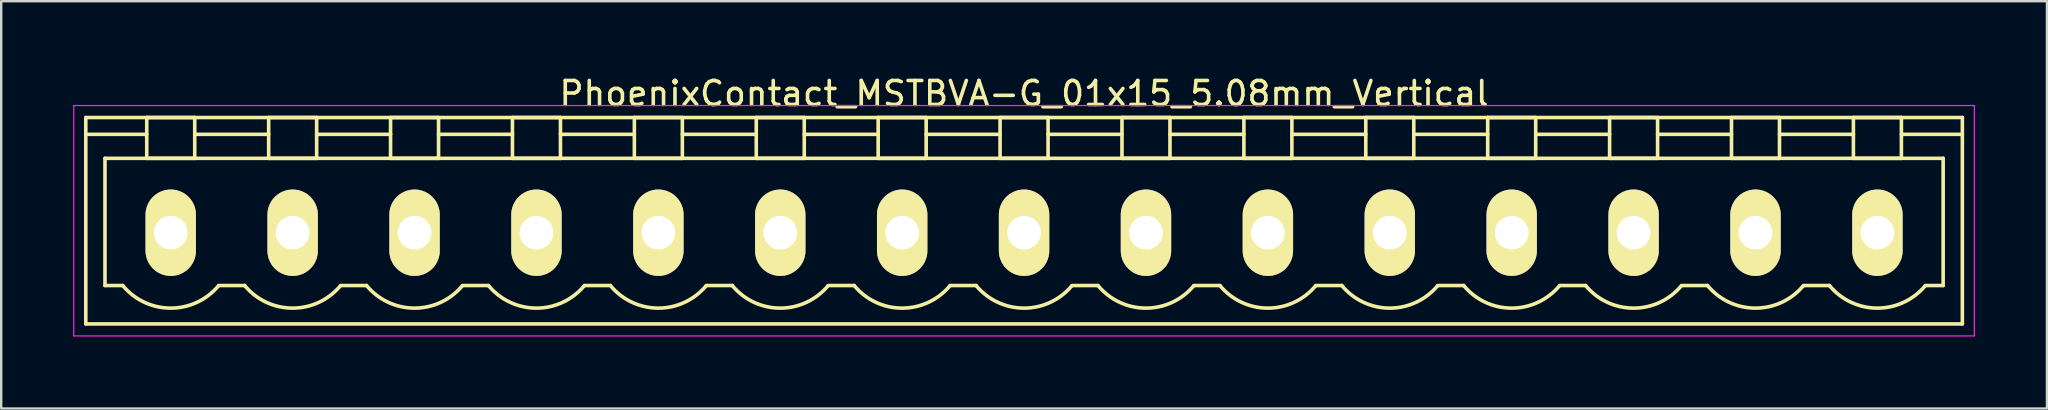
<source format=kicad_pcb>
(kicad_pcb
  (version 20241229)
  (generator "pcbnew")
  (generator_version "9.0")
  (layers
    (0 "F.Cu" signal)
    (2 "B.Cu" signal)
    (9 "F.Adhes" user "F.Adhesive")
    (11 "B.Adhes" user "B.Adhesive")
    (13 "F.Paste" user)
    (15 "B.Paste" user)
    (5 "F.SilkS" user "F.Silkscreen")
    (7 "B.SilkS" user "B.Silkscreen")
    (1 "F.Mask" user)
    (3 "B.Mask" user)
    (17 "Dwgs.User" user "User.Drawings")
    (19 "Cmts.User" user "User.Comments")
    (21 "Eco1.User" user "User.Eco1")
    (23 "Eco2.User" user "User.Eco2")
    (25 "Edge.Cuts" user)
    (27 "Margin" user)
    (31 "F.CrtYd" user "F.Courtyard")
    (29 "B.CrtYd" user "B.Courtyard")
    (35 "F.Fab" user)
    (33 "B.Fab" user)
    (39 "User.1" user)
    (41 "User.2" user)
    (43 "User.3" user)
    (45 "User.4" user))
  (footprint "PhoenixContact_MSTBVA-G_01x15_5.08mm_Vertical"
    (layer "F.Cu")
    (at 4.065 6.648)
    (property "Reference" "PhoenixContact_MSTBVA-G_01x15_5.08mm_Vertical" (at 35.56 -5.8 0) (layer "F.SilkS") (effects (font (size 1 1) (thickness 0.15))))
    (attr through_hole)
    (fp_line (start -3.54 -4.8) (end -3.54 3.8) (stroke (width 0.15) (type solid)) (layer "F.SilkS"))
    (fp_line (start -3.54 -4.1) (end -1 -4.1) (stroke (width 0.15) (type solid)) (layer "F.SilkS"))
    (fp_line (start -3.54 3.8) (end 74.66 3.8) (stroke (width 0.15) (type solid)) (layer "F.SilkS"))
    (fp_line (start -2.74 -3.1) (end 73.86 -3.1) (stroke (width 0.15) (type solid)) (layer "F.SilkS"))
    (fp_line (start -2.74 2.2) (end -2.74 -3.1) (stroke (width 0.15) (type solid)) (layer "F.SilkS"))
    (fp_line (start -2 2.2) (end -2.74 2.2) (stroke (width 0.15) (type solid)) (layer "F.SilkS"))
    (fp_line (start -1 -4.8) (end 1 -4.8) (stroke (width 0.15) (type solid)) (layer "F.SilkS"))
    (fp_line (start -1 -3.1) (end -1 -4.8) (stroke (width 0.15) (type solid)) (layer "F.SilkS"))
    (fp_line (start 1 -4.8) (end 1 -3.1) (stroke (width 0.15) (type solid)) (layer "F.SilkS"))
    (fp_line (start 1 -4.1) (end 4.08 -4.1) (stroke (width 0.15) (type solid)) (layer "F.SilkS"))
    (fp_line (start 1 -3.1) (end -1 -3.1) (stroke (width 0.15) (type solid)) (layer "F.SilkS"))
    (fp_line (start 2 2.2) (end 3.08 2.2) (stroke (width 0.15) (type solid)) (layer "F.SilkS"))
    (fp_line (start 4.08 -4.8) (end 6.08 -4.8) (stroke (width 0.15) (type solid)) (layer "F.SilkS"))
    (fp_line (start 4.08 -3.1) (end 4.08 -4.8) (stroke (width 0.15) (type solid)) (layer "F.SilkS"))
    (fp_line (start 6.08 -4.8) (end 6.08 -3.1) (stroke (width 0.15) (type solid)) (layer "F.SilkS"))
    (fp_line (start 6.08 -4.1) (end 9.16 -4.1) (stroke (width 0.15) (type solid)) (layer "F.SilkS"))
    (fp_line (start 6.08 -3.1) (end 4.08 -3.1) (stroke (width 0.15) (type solid)) (layer "F.SilkS"))
    (fp_line (start 7.08 2.2) (end 8.16 2.2) (stroke (width 0.15) (type solid)) (layer "F.SilkS"))
    (fp_line (start 9.16 -4.8) (end 11.16 -4.8) (stroke (width 0.15) (type solid)) (layer "F.SilkS"))
    (fp_line (start 9.16 -3.1) (end 9.16 -4.8) (stroke (width 0.15) (type solid)) (layer "F.SilkS"))
    (fp_line (start 11.16 -4.8) (end 11.16 -3.1) (stroke (width 0.15) (type solid)) (layer "F.SilkS"))
    (fp_line (start 11.16 -4.1) (end 14.24 -4.1) (stroke (width 0.15) (type solid)) (layer "F.SilkS"))
    (fp_line (start 11.16 -3.1) (end 9.16 -3.1) (stroke (width 0.15) (type solid)) (layer "F.SilkS"))
    (fp_line (start 12.16 2.2) (end 13.24 2.2) (stroke (width 0.15) (type solid)) (layer "F.SilkS"))
    (fp_line (start 14.24 -4.8) (end 16.24 -4.8) (stroke (width 0.15) (type solid)) (layer "F.SilkS"))
    (fp_line (start 14.24 -3.1) (end 14.24 -4.8) (stroke (width 0.15) (type solid)) (layer "F.SilkS"))
    (fp_line (start 16.24 -4.8) (end 16.24 -3.1) (stroke (width 0.15) (type solid)) (layer "F.SilkS"))
    (fp_line (start 16.24 -4.1) (end 19.32 -4.1) (stroke (width 0.15) (type solid)) (layer "F.SilkS"))
    (fp_line (start 16.24 -3.1) (end 14.24 -3.1) (stroke (width 0.15) (type solid)) (layer "F.SilkS"))
    (fp_line (start 17.24 2.2) (end 18.32 2.2) (stroke (width 0.15) (type solid)) (layer "F.SilkS"))
    (fp_line (start 19.32 -4.8) (end 21.32 -4.8) (stroke (width 0.15) (type solid)) (layer "F.SilkS"))
    (fp_line (start 19.32 -3.1) (end 19.32 -4.8) (stroke (width 0.15) (type solid)) (layer "F.SilkS"))
    (fp_line (start 21.32 -4.8) (end 21.32 -3.1) (stroke (width 0.15) (type solid)) (layer "F.SilkS"))
    (fp_line (start 21.32 -4.1) (end 24.4 -4.1) (stroke (width 0.15) (type solid)) (layer "F.SilkS"))
    (fp_line (start 21.32 -3.1) (end 19.32 -3.1) (stroke (width 0.15) (type solid)) (layer "F.SilkS"))
    (fp_line (start 22.32 2.2) (end 23.4 2.2) (stroke (width 0.15) (type solid)) (layer "F.SilkS"))
    (fp_line (start 24.4 -4.8) (end 26.4 -4.8) (stroke (width 0.15) (type solid)) (layer "F.SilkS"))
    (fp_line (start 24.4 -3.1) (end 24.4 -4.8) (stroke (width 0.15) (type solid)) (layer "F.SilkS"))
    (fp_line (start 26.4 -4.8) (end 26.4 -3.1) (stroke (width 0.15) (type solid)) (layer "F.SilkS"))
    (fp_line (start 26.4 -4.1) (end 29.48 -4.1) (stroke (width 0.15) (type solid)) (layer "F.SilkS"))
    (fp_line (start 26.4 -3.1) (end 24.4 -3.1) (stroke (width 0.15) (type solid)) (layer "F.SilkS"))
    (fp_line (start 27.4 2.2) (end 28.48 2.2) (stroke (width 0.15) (type solid)) (layer "F.SilkS"))
    (fp_line (start 29.48 -4.8) (end 31.48 -4.8) (stroke (width 0.15) (type solid)) (layer "F.SilkS"))
    (fp_line (start 29.48 -3.1) (end 29.48 -4.8) (stroke (width 0.15) (type solid)) (layer "F.SilkS"))
    (fp_line (start 31.48 -4.8) (end 31.48 -3.1) (stroke (width 0.15) (type solid)) (layer "F.SilkS"))
    (fp_line (start 31.48 -4.1) (end 34.56 -4.1) (stroke (width 0.15) (type solid)) (layer "F.SilkS"))
    (fp_line (start 31.48 -3.1) (end 29.48 -3.1) (stroke (width 0.15) (type solid)) (layer "F.SilkS"))
    (fp_line (start 32.48 2.2) (end 33.56 2.2) (stroke (width 0.15) (type solid)) (layer "F.SilkS"))
    (fp_line (start 34.56 -4.8) (end 36.56 -4.8) (stroke (width 0.15) (type solid)) (layer "F.SilkS"))
    (fp_line (start 34.56 -3.1) (end 34.56 -4.8) (stroke (width 0.15) (type solid)) (layer "F.SilkS"))
    (fp_line (start 36.56 -4.8) (end 36.56 -3.1) (stroke (width 0.15) (type solid)) (layer "F.SilkS"))
    (fp_line (start 36.56 -4.1) (end 39.64 -4.1) (stroke (width 0.15) (type solid)) (layer "F.SilkS"))
    (fp_line (start 36.56 -3.1) (end 34.56 -3.1) (stroke (width 0.15) (type solid)) (layer "F.SilkS"))
    (fp_line (start 37.56 2.2) (end 38.64 2.2) (stroke (width 0.15) (type solid)) (layer "F.SilkS"))
    (fp_line (start 39.64 -4.8) (end 41.64 -4.8) (stroke (width 0.15) (type solid)) (layer "F.SilkS"))
    (fp_line (start 39.64 -3.1) (end 39.64 -4.8) (stroke (width 0.15) (type solid)) (layer "F.SilkS"))
    (fp_line (start 41.64 -4.8) (end 41.64 -3.1) (stroke (width 0.15) (type solid)) (layer "F.SilkS"))
    (fp_line (start 41.64 -4.1) (end 44.72 -4.1) (stroke (width 0.15) (type solid)) (layer "F.SilkS"))
    (fp_line (start 41.64 -3.1) (end 39.64 -3.1) (stroke (width 0.15) (type solid)) (layer "F.SilkS"))
    (fp_line (start 42.64 2.2) (end 43.72 2.2) (stroke (width 0.15) (type solid)) (layer "F.SilkS"))
    (fp_line (start 44.72 -4.8) (end 46.72 -4.8) (stroke (width 0.15) (type solid)) (layer "F.SilkS"))
    (fp_line (start 44.72 -3.1) (end 44.72 -4.8) (stroke (width 0.15) (type solid)) (layer "F.SilkS"))
    (fp_line (start 46.72 -4.8) (end 46.72 -3.1) (stroke (width 0.15) (type solid)) (layer "F.SilkS"))
    (fp_line (start 46.72 -4.1) (end 49.8 -4.1) (stroke (width 0.15) (type solid)) (layer "F.SilkS"))
    (fp_line (start 46.72 -3.1) (end 44.72 -3.1) (stroke (width 0.15) (type solid)) (layer "F.SilkS"))
    (fp_line (start 47.72 2.2) (end 48.8 2.2) (stroke (width 0.15) (type solid)) (layer "F.SilkS"))
    (fp_line (start 49.8 -4.8) (end 51.8 -4.8) (stroke (width 0.15) (type solid)) (layer "F.SilkS"))
    (fp_line (start 49.8 -3.1) (end 49.8 -4.8) (stroke (width 0.15) (type solid)) (layer "F.SilkS"))
    (fp_line (start 51.8 -4.8) (end 51.8 -3.1) (stroke (width 0.15) (type solid)) (layer "F.SilkS"))
    (fp_line (start 51.8 -4.1) (end 54.88 -4.1) (stroke (width 0.15) (type solid)) (layer "F.SilkS"))
    (fp_line (start 51.8 -3.1) (end 49.8 -3.1) (stroke (width 0.15) (type solid)) (layer "F.SilkS"))
    (fp_line (start 52.8 2.2) (end 53.88 2.2) (stroke (width 0.15) (type solid)) (layer "F.SilkS"))
    (fp_line (start 54.88 -4.8) (end 56.88 -4.8) (stroke (width 0.15) (type solid)) (layer "F.SilkS"))
    (fp_line (start 54.88 -3.1) (end 54.88 -4.8) (stroke (width 0.15) (type solid)) (layer "F.SilkS"))
    (fp_line (start 56.88 -4.8) (end 56.88 -3.1) (stroke (width 0.15) (type solid)) (layer "F.SilkS"))
    (fp_line (start 56.88 -4.1) (end 59.96 -4.1) (stroke (width 0.15) (type solid)) (layer "F.SilkS"))
    (fp_line (start 56.88 -3.1) (end 54.88 -3.1) (stroke (width 0.15) (type solid)) (layer "F.SilkS"))
    (fp_line (start 57.88 2.2) (end 58.96 2.2) (stroke (width 0.15) (type solid)) (layer "F.SilkS"))
    (fp_line (start 59.96 -4.8) (end 61.96 -4.8) (stroke (width 0.15) (type solid)) (layer "F.SilkS"))
    (fp_line (start 59.96 -3.1) (end 59.96 -4.8) (stroke (width 0.15) (type solid)) (layer "F.SilkS"))
    (fp_line (start 61.96 -4.8) (end 61.96 -3.1) (stroke (width 0.15) (type solid)) (layer "F.SilkS"))
    (fp_line (start 61.96 -4.1) (end 65.04 -4.1) (stroke (width 0.15) (type solid)) (layer "F.SilkS"))
    (fp_line (start 61.96 -3.1) (end 59.96 -3.1) (stroke (width 0.15) (type solid)) (layer "F.SilkS"))
    (fp_line (start 62.96 2.2) (end 64.04 2.2) (stroke (width 0.15) (type solid)) (layer "F.SilkS"))
    (fp_line (start 65.04 -4.8) (end 67.04 -4.8) (stroke (width 0.15) (type solid)) (layer "F.SilkS"))
    (fp_line (start 65.04 -3.1) (end 65.04 -4.8) (stroke (width 0.15) (type solid)) (layer "F.SilkS"))
    (fp_line (start 67.04 -4.8) (end 67.04 -3.1) (stroke (width 0.15) (type solid)) (layer "F.SilkS"))
    (fp_line (start 67.04 -4.1) (end 70.12 -4.1) (stroke (width 0.15) (type solid)) (layer "F.SilkS"))
    (fp_line (start 67.04 -3.1) (end 65.04 -3.1) (stroke (width 0.15) (type solid)) (layer "F.SilkS"))
    (fp_line (start 68.04 2.2) (end 69.12 2.2) (stroke (width 0.15) (type solid)) (layer "F.SilkS"))
    (fp_line (start 70.12 -4.8) (end 72.12 -4.8) (stroke (width 0.15) (type solid)) (layer "F.SilkS"))
    (fp_line (start 70.12 -3.1) (end 70.12 -4.8) (stroke (width 0.15) (type solid)) (layer "F.SilkS"))
    (fp_line (start 72.12 -4.8) (end 72.12 -3.1) (stroke (width 0.15) (type solid)) (layer "F.SilkS"))
    (fp_line (start 72.12 -3.1) (end 70.12 -3.1) (stroke (width 0.15) (type solid)) (layer "F.SilkS"))
    (fp_line (start 73.86 -3.1) (end 73.86 2.2) (stroke (width 0.15) (type solid)) (layer "F.SilkS"))
    (fp_line (start 73.86 2.2) (end 73.12 2.2) (stroke (width 0.15) (type solid)) (layer "F.SilkS"))
    (fp_line (start 74.66 -4.8) (end -3.54 -4.8) (stroke (width 0.15) (type solid)) (layer "F.SilkS"))
    (fp_line (start 74.66 -4.1) (end 72.12 -4.1) (stroke (width 0.15) (type solid)) (layer "F.SilkS"))
    (fp_line (start 74.66 3.8) (end 74.66 -4.8) (stroke (width 0.15) (type solid)) (layer "F.SilkS"))
    (fp_arc (start 1.986842 2.215821) (mid -0.010289 3.142758) (end -2 2.2) (stroke (width 0.15) (type solid)) (layer "F.SilkS"))
    (fp_arc (start 7.066842 2.215821) (mid 5.069711 3.142758) (end 3.08 2.2) (stroke (width 0.15) (type solid)) (layer "F.SilkS"))
    (fp_arc (start 12.146842 2.215821) (mid 10.149711 3.142758) (end 8.16 2.2) (stroke (width 0.15) (type solid)) (layer "F.SilkS"))
    (fp_arc (start 17.226842 2.215821) (mid 15.229711 3.142758) (end 13.24 2.2) (stroke (width 0.15) (type solid)) (layer "F.SilkS"))
    (fp_arc (start 22.306842 2.215821) (mid 20.309711 3.142758) (end 18.32 2.2) (stroke (width 0.15) (type solid)) (layer "F.SilkS"))
    (fp_arc (start 27.386842 2.215821) (mid 25.389711 3.142758) (end 23.4 2.2) (stroke (width 0.15) (type solid)) (layer "F.SilkS"))
    (fp_arc (start 32.466842 2.215821) (mid 30.469711 3.142758) (end 28.48 2.2) (stroke (width 0.15) (type solid)) (layer "F.SilkS"))
    (fp_arc (start 37.546842 2.215821) (mid 35.549711 3.142758) (end 33.56 2.2) (stroke (width 0.15) (type solid)) (layer "F.SilkS"))
    (fp_arc (start 42.626842 2.215821) (mid 40.629711 3.142758) (end 38.64 2.2) (stroke (width 0.15) (type solid)) (layer "F.SilkS"))
    (fp_arc (start 47.706842 2.215821) (mid 45.709711 3.142758) (end 43.72 2.2) (stroke (width 0.15) (type solid)) (layer "F.SilkS"))
    (fp_arc (start 52.786842 2.215821) (mid 50.789711 3.142758) (end 48.8 2.2) (stroke (width 0.15) (type solid)) (layer "F.SilkS"))
    (fp_arc (start 57.866842 2.215821) (mid 55.869711 3.142758) (end 53.88 2.2) (stroke (width 0.15) (type solid)) (layer "F.SilkS"))
    (fp_arc (start 62.946842 2.215821) (mid 60.949711 3.142758) (end 58.96 2.2) (stroke (width 0.15) (type solid)) (layer "F.SilkS"))
    (fp_arc (start 68.026842 2.215821) (mid 66.029711 3.142758) (end 64.04 2.2) (stroke (width 0.15) (type solid)) (layer "F.SilkS"))
    (fp_arc (start 73.106842 2.215821) (mid 71.109711 3.142758) (end 69.12 2.2) (stroke (width 0.15) (type solid)) (layer "F.SilkS"))
    (fp_line (start -4.04 -5.3) (end -4.04 4.3) (stroke (width 0.05) (type solid)) (layer "F.CrtYd"))
    (fp_line (start -4.04 4.3) (end 75.16 4.3) (stroke (width 0.05) (type solid)) (layer "F.CrtYd"))
    (fp_line (start 75.16 -5.3) (end -4.04 -5.3) (stroke (width 0.05) (type solid)) (layer "F.CrtYd"))
    (fp_line (start 75.16 4.3) (end 75.16 -5.3) (stroke (width 0.05) (type solid)) (layer "F.CrtYd"))
    (pad "1" thru_hole oval (at 0 0) (size 2.1 3.6) (drill 1.4) (layers "*.Cu" "*.Mask" "F.SilkS"))
    (pad "2" thru_hole oval (at 5.08 0) (size 2.1 3.6) (drill 1.4) (layers "*.Cu" "*.Mask" "F.SilkS"))
    (pad "3" thru_hole oval (at 10.16 0) (size 2.1 3.6) (drill 1.4) (layers "*.Cu" "*.Mask" "F.SilkS"))
    (pad "4" thru_hole oval (at 15.24 0) (size 2.1 3.6) (drill 1.4) (layers "*.Cu" "*.Mask" "F.SilkS"))
    (pad "5" thru_hole oval (at 20.32 0) (size 2.1 3.6) (drill 1.4) (layers "*.Cu" "*.Mask" "F.SilkS"))
    (pad "6" thru_hole oval (at 25.4 0) (size 2.1 3.6) (drill 1.4) (layers "*.Cu" "*.Mask" "F.SilkS"))
    (pad "7" thru_hole oval (at 30.48 0) (size 2.1 3.6) (drill 1.4) (layers "*.Cu" "*.Mask" "F.SilkS"))
    (pad "8" thru_hole oval (at 35.56 0) (size 2.1 3.6) (drill 1.4) (layers "*.Cu" "*.Mask" "F.SilkS"))
    (pad "9" thru_hole oval (at 40.64 0) (size 2.1 3.6) (drill 1.4) (layers "*.Cu" "*.Mask" "F.SilkS"))
    (pad "10" thru_hole oval (at 45.72 0) (size 2.1 3.6) (drill 1.4) (layers "*.Cu" "*.Mask" "F.SilkS"))
    (pad "11" thru_hole oval (at 50.8 0) (size 2.1 3.6) (drill 1.4) (layers "*.Cu" "*.Mask" "F.SilkS"))
    (pad "12" thru_hole oval (at 55.88 0) (size 2.1 3.6) (drill 1.4) (layers "*.Cu" "*.Mask" "F.SilkS"))
    (pad "13" thru_hole oval (at 60.96 0) (size 2.1 3.6) (drill 1.4) (layers "*.Cu" "*.Mask" "F.SilkS"))
    (pad "14" thru_hole oval (at 66.04 0) (size 2.1 3.6) (drill 1.4) (layers "*.Cu" "*.Mask" "F.SilkS"))
    (pad "15" thru_hole oval (at 71.12 0) (size 2.1 3.6) (drill 1.4) (layers "*.Cu" "*.Mask" "F.SilkS")))
  (gr_rect
    (start -3 -3)
    (end 82.25 13.973)
    (stroke (width 0.1) (type default))
    (fill no)
    (layer "Edge.Cuts")))
</source>
